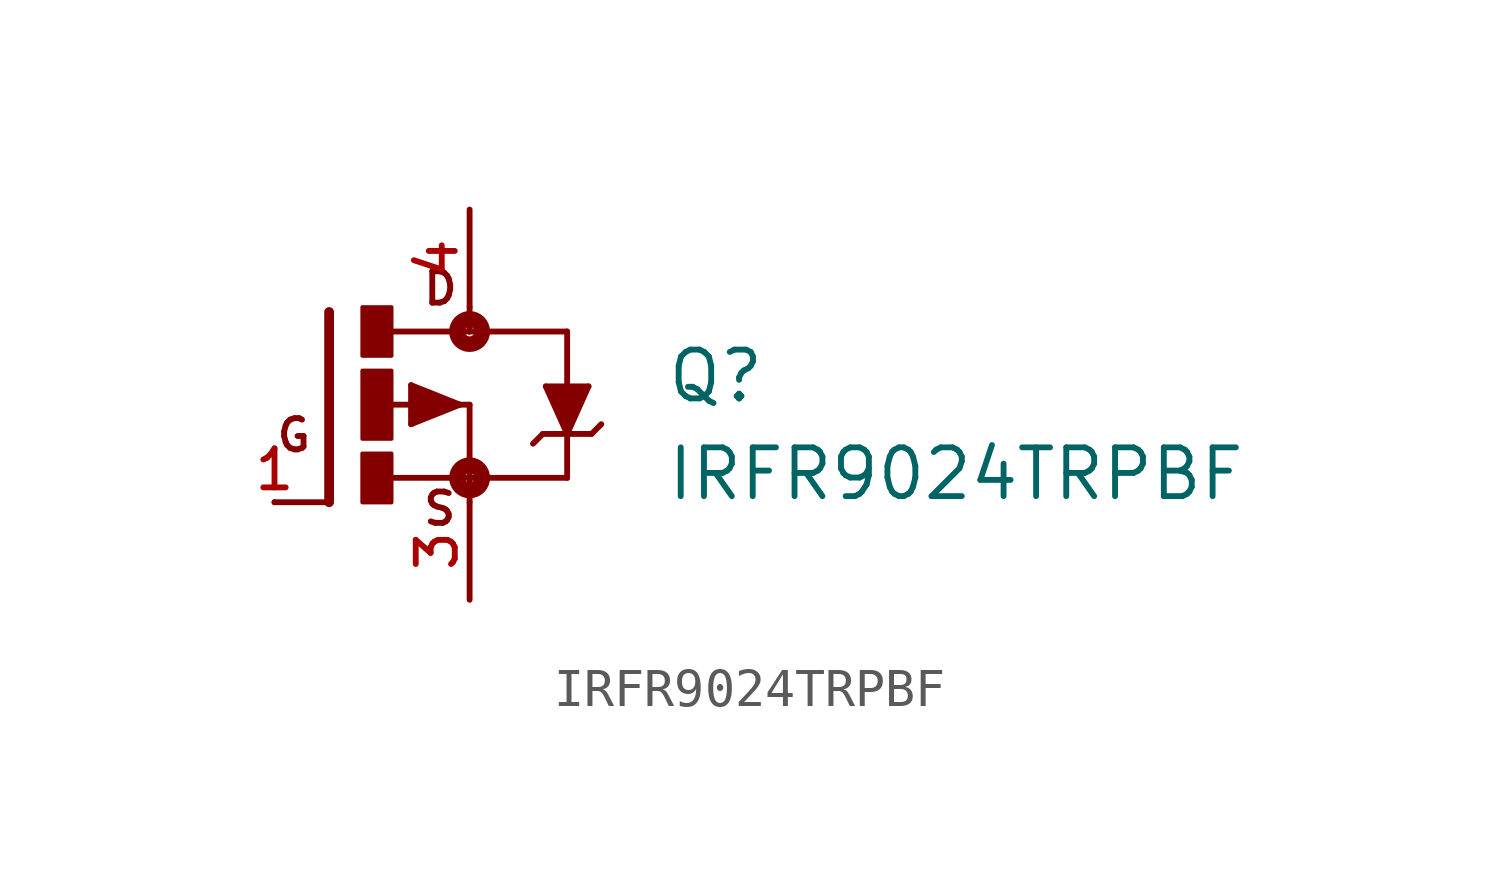
<source format=kicad_sym>
(kicad_symbol_lib
  (version 20211014)
  (generator kicad_symbol_editor)
  (symbol "IRFR9024TRPBF"
    (pin_names
      (offset 1.016))
    (property "Reference" "Q"
      (at 7.642 0.0 0)
      (effects (font (size 1.27 1.27)) (justify bottom left)))
    (property "Value" "IRFR9024TRPBF"
      (at 7.635 -2.545 0)
      (effects (font (size 1.27 1.27)) (justify bottom left)))
    (symbol "IRFR9024TRPBF_0_0"
      (polyline (pts (xy -1.118 2.413) (xy -1.118 -2.54)) (stroke (width 0.254)))
      (polyline (pts (xy -1.118 -2.54) (xy -2.54 -2.54)) (stroke (width 0.152)))
      (polyline (pts (xy 2.54 1.905) (xy 0.533 1.905)) (stroke (width 0.152)))
      (polyline (pts (xy 2.54 0.0) (xy 2.54 -1.905)) (stroke (width 0.152)))
      (polyline (pts (xy 0.508 -1.905) (xy 2.54 -1.905)) (stroke (width 0.152)))
      (polyline (pts (xy 2.54 2.54) (xy 2.54 1.905)) (stroke (width 0.152)))
      (polyline (pts (xy 2.54 1.905) (xy 5.08 1.905)) (stroke (width 0.152)))
      (polyline (pts (xy 5.08 -1.905) (xy 2.54 -1.905)) (stroke (width 0.152)))
      (polyline (pts (xy 2.54 -1.905) (xy 2.54 -2.54)) (stroke (width 0.152)))
      (polyline (pts (xy 2.235 0.0) (xy 2.54 0.0)) (stroke (width 0.152)))
      (polyline (pts (xy 2.286 0.0) (xy 1.016 0.508)) (stroke (width 0.152)))
      (polyline (pts (xy 1.016 0.508) (xy 1.016 -0.508)) (stroke (width 0.152)))
      (polyline (pts (xy 1.016 -0.508) (xy 2.286 0.0)) (stroke (width 0.152)))
      (polyline (pts (xy 1.143 0.0) (xy 0.254 0.0)) (stroke (width 0.152)))
      (polyline (pts (xy 1.143 -0.254) (xy 2.032 0.0)) (stroke (width 0.305)))
      (polyline (pts (xy 2.032 0.0) (xy 1.143 0.254)) (stroke (width 0.305)))
      (polyline (pts (xy 1.143 0.254) (xy 1.143 0.0)) (stroke (width 0.305)))
      (polyline (pts (xy 1.143 0.0) (xy 1.397 0.0)) (stroke (width 0.305)))
      (polyline (pts (xy 5.08 -1.905) (xy 5.08 -0.762)) (stroke (width 0.152)))
      (polyline (pts (xy 5.08 -0.762) (xy 5.636 0.476)) (stroke (width 0.152)))
      (polyline (pts (xy 5.636 0.476) (xy 5.08 0.476)) (stroke (width 0.152)))
      (polyline (pts (xy 5.08 0.476) (xy 4.524 0.476)) (stroke (width 0.152)))
      (polyline (pts (xy 4.524 0.476) (xy 5.08 -0.762)) (stroke (width 0.152)))
      (polyline (pts (xy 5.715 -0.762) (xy 5.08 -0.762)) (stroke (width 0.152)))
      (polyline (pts (xy 5.08 -0.762) (xy 4.445 -0.762)) (stroke (width 0.152)))
      (polyline (pts (xy 4.445 -0.762) (xy 4.191 -1.016)) (stroke (width 0.152)))
      (polyline (pts (xy 5.715 -0.762) (xy 5.969 -0.508)) (stroke (width 0.152)))
      (polyline (pts (xy 5.08 0.476) (xy 5.08 1.905)) (stroke (width 0.152)))
      (circle (center 2.54 -1.905) (radius 0.127) (stroke (width 0.406)) (fill (type none)))
      (circle (center 2.54 1.905) (radius 0.127) (stroke (width 0.406)) (fill (type none)))
      (text "D" (at 1.274 2.549 0) (effects (font (size 0.816 0.816)) (justify bottom left)))
      (text "S" (at 1.274 -3.185 0) (effects (font (size 0.815 0.815)) (justify bottom left)))
      (text "G" (at -2.544 -1.272 0) (effects (font (size 0.814 0.814)) (justify bottom left)))
      (rectangle (start -0.255 -2.546) (end 0.508 -1.27) (stroke (width 0.1)) (fill (type outline)))
      (rectangle (start -0.254 1.271) (end 0.508 2.54) (stroke (width 0.1)) (fill (type outline)))
      (rectangle (start -0.254 -0.89) (end 0.508 0.889) (stroke (width 0.1)) (fill (type outline)))
      (polyline (pts (xy 5.08 -0.635) (xy 5.556 0.397) (xy 4.604 0.397) (xy 5.08 -0.635)) (stroke (width 0.152)) (fill (type outline)))
      (pin passive line (at -2.54 -2.54 0) (length 0) (name "~" (effects (font (size 1.016 1.016)))) (number "1" (effects (font (size 1.016 1.016)))))
      (pin passive line (at 2.54 5.08 270.0) (length 2.54) (name "~" (effects (font (size 1.016 1.016)))) (number "4" (effects (font (size 1.016 1.016)))))
      (pin passive line (at 2.54 -5.08 90.0) (length 2.54) (name "~" (effects (font (size 1.016 1.016)))) (number "3" (effects (font (size 1.016 1.016))))))))
</source>
